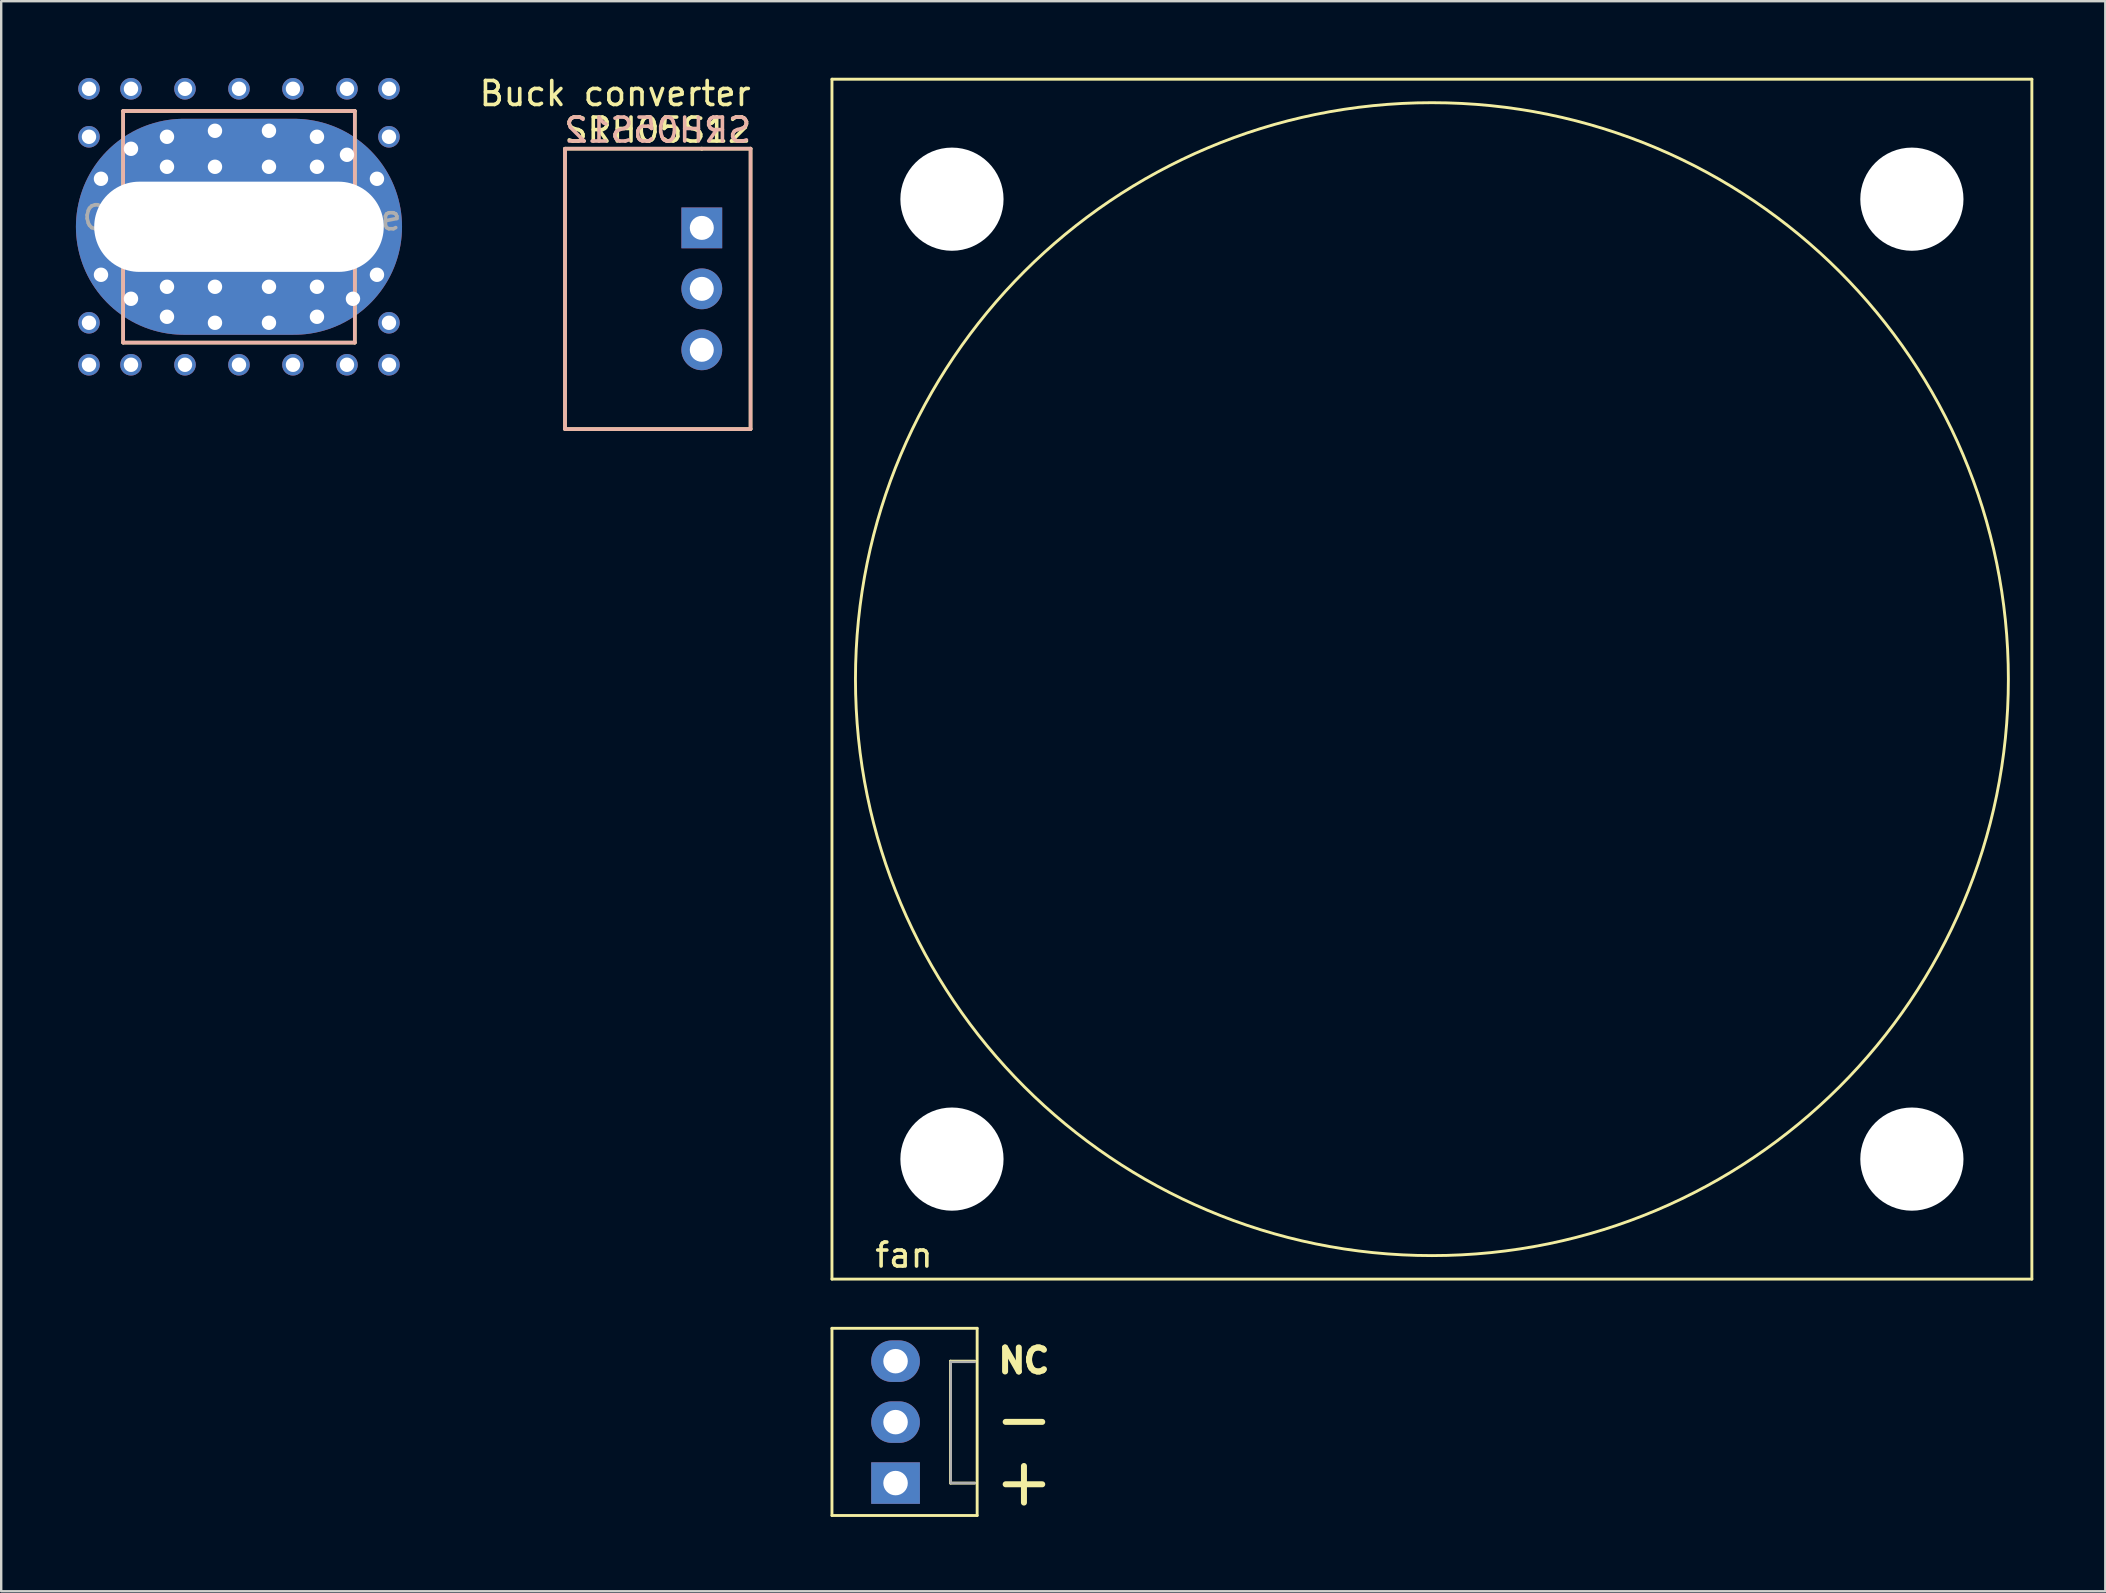
<source format=kicad_pcb>
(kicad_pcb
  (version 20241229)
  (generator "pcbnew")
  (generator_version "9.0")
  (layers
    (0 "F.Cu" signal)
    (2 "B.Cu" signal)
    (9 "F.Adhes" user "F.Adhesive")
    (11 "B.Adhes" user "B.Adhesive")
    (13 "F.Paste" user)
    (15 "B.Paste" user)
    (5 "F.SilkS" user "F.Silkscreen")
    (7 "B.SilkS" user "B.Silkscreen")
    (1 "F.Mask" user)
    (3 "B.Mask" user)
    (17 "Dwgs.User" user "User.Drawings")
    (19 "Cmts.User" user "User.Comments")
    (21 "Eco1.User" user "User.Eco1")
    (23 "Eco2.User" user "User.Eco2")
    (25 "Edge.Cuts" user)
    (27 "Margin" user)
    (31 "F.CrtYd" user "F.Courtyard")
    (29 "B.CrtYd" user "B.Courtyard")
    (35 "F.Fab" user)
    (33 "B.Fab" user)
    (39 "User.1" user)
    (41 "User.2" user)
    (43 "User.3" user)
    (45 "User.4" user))
  (footprint "fan"
    (layer "F.Cu")
    (at 31.618 0.25)
    (property "Reference" "fan" (at 3 49 0) (layer "F.SilkS") (effects (font (size 1 1) (thickness 0.15))))
    (attr through_hole)
    (fp_line (start 0 0) (end 50 0) (stroke (width 0.12) (type solid)) (layer "F.SilkS"))
    (fp_line (start 0 50) (end 0 0) (stroke (width 0.12) (type solid)) (layer "F.SilkS"))
    (fp_line (start 0 52.05) (end 6.05 52.05) (stroke (width 0.12) (type solid)) (layer "F.SilkS"))
    (fp_line (start 0 59.85) (end 0 52.05) (stroke (width 0.12) (type solid)) (layer "F.SilkS"))
    (fp_line (start 4.94 53.42) (end 5.95 53.42) (stroke (width 0.12) (type solid)) (layer "F.SilkS"))
    (fp_line (start 4.94 58.5) (end 4.94 53.42) (stroke (width 0.12) (type solid)) (layer "F.SilkS"))
    (fp_line (start 5.95 58.5) (end 4.94 58.5) (stroke (width 0.12) (type solid)) (layer "F.SilkS"))
    (fp_line (start 6.05 52.05) (end 6.05 59.85) (stroke (width 0.12) (type solid)) (layer "F.SilkS"))
    (fp_line (start 6.05 59.85) (end 0 59.85) (stroke (width 0.12) (type solid)) (layer "F.SilkS"))
    (fp_line (start 50 0) (end 50 50) (stroke (width 0.12) (type solid)) (layer "F.SilkS"))
    (fp_line (start 50 50) (end 0 50) (stroke (width 0.12) (type solid)) (layer "F.SilkS"))
    (fp_circle (center 25 25) (end 26 1) (stroke (width 0.12) (type solid)) (fill no) (layer "F.SilkS"))
    (fp_line (start 4.95 53.45) (end 4.95 58.5) (stroke (width 0.1) (type solid)) (layer "F.Fab"))
    (fp_line (start 4.95 58.5) (end 5.95 58.5) (stroke (width 0.1) (type solid)) (layer "F.Fab"))
    (fp_line (start 5.95 53.45) (end 4.95 53.45) (stroke (width 0.1) (type solid)) (layer "F.Fab"))
    (fp_text user "-" (at 8 55.8 0) (layer "F.SilkS") (effects (font (size 2 2) (thickness 0.25))))
    (fp_text user "+" (at 8 58.4 0) (layer "F.SilkS") (effects (font (size 2 2) (thickness 0.25))))
    (fp_text user "NC" (at 8 53.4 0) (layer "F.SilkS") (effects (font (size 1 1) (thickness 0.25))))
    (pad "" np_thru_hole circle (at 5 5) (size 4.3 4.3) (drill 4.3) (layers "*.Cu" "*.Mask"))
    (pad "" np_thru_hole circle (at 5 45) (size 4.3 4.3) (drill 4.3) (layers "*.Cu" "*.Mask"))
    (pad "" np_thru_hole circle (at 45 5) (size 4.3 4.3) (drill 4.3) (layers "*.Cu" "*.Mask"))
    (pad "" np_thru_hole circle (at 45 45) (size 4.3 4.3) (drill 4.3) (layers "*.Cu" "*.Mask"))
    (pad "1" thru_hole rect (at 2.65 58.5 180) (size 2.03 1.73) (drill 1.02) (layers "*.Cu" "*.Mask"))
    (pad "2" thru_hole oval (at 2.65 55.96 180) (size 2.03 1.73) (drill 1.02) (layers "*.Cu" "*.Mask"))
    (pad "3" thru_hole oval (at 2.65 53.42 180) (size 2.03 1.73) (drill 1.02) (layers "*.Cu" "*.Mask")))
  (footprint "Buck converter"
    (layer "F.Cu")
    (at 26.194 6.446)
    (property "Reference" "Buck converter" (at -3.61 -5.598 0) (layer "F.SilkS") (effects (font (size 1 1) (thickness 0.15))))
    (attr through_hole)
    (fp_line (start -5.7 -3.3) (end -5.7 8.382) (stroke (width 0.15) (type solid)) (layer "F.SilkS"))
    (fp_line (start 0 -3.302) (end 0 -3.3) (stroke (width 0.15) (type solid)) (layer "F.SilkS"))
    (fp_line (start 0 -3.3) (end -5.7 -3.3) (stroke (width 0.15) (type solid)) (layer "F.SilkS"))
    (fp_line (start 2.032 -3.302) (end 0 -3.302) (stroke (width 0.15) (type solid)) (layer "F.SilkS"))
    (fp_line (start 2.032 -3.302) (end 2.032 8.382) (stroke (width 0.15) (type solid)) (layer "F.SilkS"))
    (fp_line (start 2.032 8.382) (end -5.7 8.382) (stroke (width 0.15) (type solid)) (layer "F.SilkS"))
    (fp_line (start -5.7 -3.3) (end -5.7 8.382) (stroke (width 0.15) (type solid)) (layer "B.SilkS"))
    (fp_line (start 2.032 -3.302) (end -5.7 -3.3) (stroke (width 0.15) (type solid)) (layer "B.SilkS"))
    (fp_line (start 2.032 -3.302) (end 2.032 8.382) (stroke (width 0.15) (type solid)) (layer "B.SilkS"))
    (fp_line (start 2.032 8.382) (end -5.7 8.382) (stroke (width 0.15) (type solid)) (layer "B.SilkS"))
    (fp_text user "SRH05S12" (at -1.832 -4.074 0) (layer "F.SilkS") (effects (font (size 1 1) (thickness 0.15))))
    (fp_text user "SRH05S12" (at -1.832 -4.074 0) (layer "B.SilkS") (effects (font (size 1 1) (thickness 0.15)) (justify mirror)))
    (pad "1" thru_hole rect (at 0 0) (size 1.7 1.7) (drill 1) (layers "*.Cu" "*.Mask"))
    (pad "2" thru_hole oval (at 0 2.54) (size 1.7 1.7) (drill 1) (layers "*.Cu" "*.Mask"))
    (pad "3" thru_hole oval (at 0 5.08) (size 1.7 1.7) (drill 1) (layers "*.Cu" "*.Mask")))
  (footprint "B4A-PCB"
    (layer "F.Cu")
    (at 6.908 6.4)
    (property "Reference" "B4A-PCB" (at 0 0.5 0) (layer "F.SilkS") (effects (font (size 1 1) (thickness 0.15))))
    (attr through_hole)
    (fp_poly (pts (xy -6.858 -5.207) (xy -6.858 -6.35) (xy 6.858 -6.35) (xy 6.858 -5.207) (xy 6.858 5.207) (xy 6.858 6.35) (xy -6.858 6.35) (xy -6.858 5.207)) (stroke (width 0.1) (type solid)) (fill yes) (layer "F.Mask"))
    (fp_line (start -4.826 -4.826) (end 4.826 -4.826) (stroke (width 0.15) (type solid)) (layer "F.SilkS"))
    (fp_line (start -4.826 0) (end -4.826 -4.826) (stroke (width 0.15) (type solid)) (layer "F.SilkS"))
    (fp_line (start -4.826 4.826) (end -4.826 0) (stroke (width 0.15) (type solid)) (layer "F.SilkS"))
    (fp_line (start -4.826 4.826) (end 4.826 4.826) (stroke (width 0.15) (type solid)) (layer "F.SilkS"))
    (fp_line (start 4.826 0) (end 4.826 -4.826) (stroke (width 0.15) (type solid)) (layer "F.SilkS"))
    (fp_line (start 4.826 4.826) (end 4.826 0) (stroke (width 0.15) (type solid)) (layer "F.SilkS"))
    (fp_line (start -4.826 -4.826) (end 4.826 -4.826) (stroke (width 0.15) (type solid)) (layer "B.SilkS"))
    (fp_line (start -4.826 4.826) (end -4.826 -4.826) (stroke (width 0.15) (type solid)) (layer "B.SilkS"))
    (fp_line (start 4.826 -4.826) (end 4.826 4.826) (stroke (width 0.15) (type solid)) (layer "B.SilkS"))
    (fp_line (start 4.826 4.826) (end -4.826 4.826) (stroke (width 0.15) (type solid)) (layer "B.SilkS"))
    (fp_text user "Conn_01x01_Male" (at 0.127 -0.373 0) (layer "F.Fab") (effects (font (size 1 1) (thickness 0.15))))
    (pad "1" thru_hole circle (at -6.25 -5.75) (size 0.9 0.9) (drill 0.6) (layers "*.Cu" "*.Mask"))
    (pad "1" thru_hole circle (at -6.25 -3.75) (size 0.9 0.9) (drill 0.6) (layers "*.Cu" "*.Mask"))
    (pad "1" thru_hole circle (at -6.25 4) (size 0.9 0.9) (drill 0.6) (layers "*.Cu" "*.Mask"))
    (pad "1" thru_hole circle (at -6.25 5.75) (size 0.9 0.9) (drill 0.6) (layers "*.Cu" "*.Mask"))
    (pad "1" thru_hole circle (at -5.75 -2 180) (size 0.9 0.9) (drill 0.6) (layers "*.Cu" "*.Mask"))
    (pad "1" thru_hole circle (at -5.75 2 180) (size 0.9 0.9) (drill 0.6) (layers "*.Cu" "*.Mask"))
    (pad "1" thru_hole circle (at -4.5 -5.75) (size 0.9 0.9) (drill 0.6) (layers "*.Cu" "*.Mask"))
    (pad "1" thru_hole circle (at -4.5 -3.25) (size 0.9 0.9) (drill 0.6) (layers "*.Cu" "*.Mask"))
    (pad "1" thru_hole circle (at -4.5 3 180) (size 0.9 0.9) (drill 0.6) (layers "*.Cu" "*.Mask"))
    (pad "1" thru_hole circle (at -4.5 5.75) (size 0.9 0.9) (drill 0.6) (layers "*.Cu" "*.Mask"))
    (pad "1" thru_hole circle (at -3 -3.75) (size 0.9 0.9) (drill 0.6) (layers "*.Cu" "*.Mask"))
    (pad "1" thru_hole circle (at -3 -2.5 180) (size 0.9 0.9) (drill 0.6) (layers "*.Cu" "*.Mask"))
    (pad "1" thru_hole circle (at -3 2.5 180) (size 0.9 0.9) (drill 0.6) (layers "*.Cu" "*.Mask"))
    (pad "1" thru_hole circle (at -3 3.75 180) (size 0.9 0.9) (drill 0.6) (layers "*.Cu" "*.Mask"))
    (pad "1" thru_hole circle (at -2.25 -5.75) (size 0.9 0.9) (drill 0.6) (layers "*.Cu" "*.Mask"))
    (pad "1" thru_hole circle (at -2.25 5.75) (size 0.9 0.9) (drill 0.6) (layers "*.Cu" "*.Mask"))
    (pad "1" thru_hole circle (at -1 -4) (size 0.9 0.9) (drill 0.6) (layers "*.Cu" "*.Mask"))
    (pad "1" thru_hole circle (at -1 -2.5 180) (size 0.9 0.9) (drill 0.6) (layers "*.Cu" "*.Mask"))
    (pad "1" thru_hole circle (at -1 2.5 180) (size 0.9 0.9) (drill 0.6) (layers "*.Cu" "*.Mask"))
    (pad "1" thru_hole circle (at -1 4 180) (size 0.9 0.9) (drill 0.6) (layers "*.Cu" "*.Mask"))
    (pad "1" thru_hole circle (at 0 -5.75) (size 0.9 0.9) (drill 0.6) (layers "*.Cu" "*.Mask"))
    (pad "1" thru_hole oval (at 0 0) (size 13.589 9) (drill oval 12.065 3.759) (layers "*.Cu" "*.Mask"))
    (pad "1" thru_hole circle (at 0 5.75) (size 0.9 0.9) (drill 0.6) (layers "*.Cu" "*.Mask"))
    (pad "1" thru_hole circle (at 1.25 -4) (size 0.9 0.9) (drill 0.6) (layers "*.Cu" "*.Mask"))
    (pad "1" thru_hole circle (at 1.25 -2.5 180) (size 0.9 0.9) (drill 0.6) (layers "*.Cu" "*.Mask"))
    (pad "1" thru_hole circle (at 1.25 2.5 180) (size 0.9 0.9) (drill 0.6) (layers "*.Cu" "*.Mask"))
    (pad "1" thru_hole circle (at 1.25 4 180) (size 0.9 0.9) (drill 0.6) (layers "*.Cu" "*.Mask"))
    (pad "1" thru_hole circle (at 2.25 -5.75) (size 0.9 0.9) (drill 0.6) (layers "*.Cu" "*.Mask"))
    (pad "1" thru_hole circle (at 2.25 5.75) (size 0.9 0.9) (drill 0.6) (layers "*.Cu" "*.Mask"))
    (pad "1" thru_hole circle (at 3.25 -3.75) (size 0.9 0.9) (drill 0.6) (layers "*.Cu" "*.Mask"))
    (pad "1" thru_hole circle (at 3.25 -2.5 180) (size 0.9 0.9) (drill 0.6) (layers "*.Cu" "*.Mask"))
    (pad "1" thru_hole circle (at 3.25 2.5 180) (size 0.9 0.9) (drill 0.6) (layers "*.Cu" "*.Mask"))
    (pad "1" thru_hole circle (at 3.25 3.75 180) (size 0.9 0.9) (drill 0.6) (layers "*.Cu" "*.Mask"))
    (pad "1" thru_hole circle (at 4.5 -5.75) (size 0.9 0.9) (drill 0.6) (layers "*.Cu" "*.Mask"))
    (pad "1" thru_hole circle (at 4.5 -3) (size 0.9 0.9) (drill 0.6) (layers "*.Cu" "*.Mask"))
    (pad "1" thru_hole circle (at 4.5 5.75) (size 0.9 0.9) (drill 0.6) (layers "*.Cu" "*.Mask"))
    (pad "1" thru_hole circle (at 4.75 3 180) (size 0.9 0.9) (drill 0.6) (layers "*.Cu" "*.Mask"))
    (pad "1" thru_hole circle (at 5.75 -2 180) (size 0.9 0.9) (drill 0.6) (layers "*.Cu" "*.Mask"))
    (pad "1" thru_hole circle (at 5.75 2 180) (size 0.9 0.9) (drill 0.6) (layers "*.Cu" "*.Mask"))
    (pad "1" thru_hole circle (at 6.25 -5.75) (size 0.9 0.9) (drill 0.6) (layers "*.Cu" "*.Mask"))
    (pad "1" thru_hole circle (at 6.25 -3.75) (size 0.9 0.9) (drill 0.6) (layers "*.Cu" "*.Mask"))
    (pad "1" thru_hole circle (at 6.25 4) (size 0.9 0.9) (drill 0.6) (layers "*.Cu" "*.Mask"))
    (pad "1" thru_hole circle (at 6.25 5.75) (size 0.9 0.9) (drill 0.6) (layers "*.Cu" "*.Mask")))
  (gr_rect
    (start -3 -3)
    (end 84.678 63.259)
    (stroke (width 0.1) (type default))
    (fill no)
    (layer "Edge.Cuts")))
</source>
